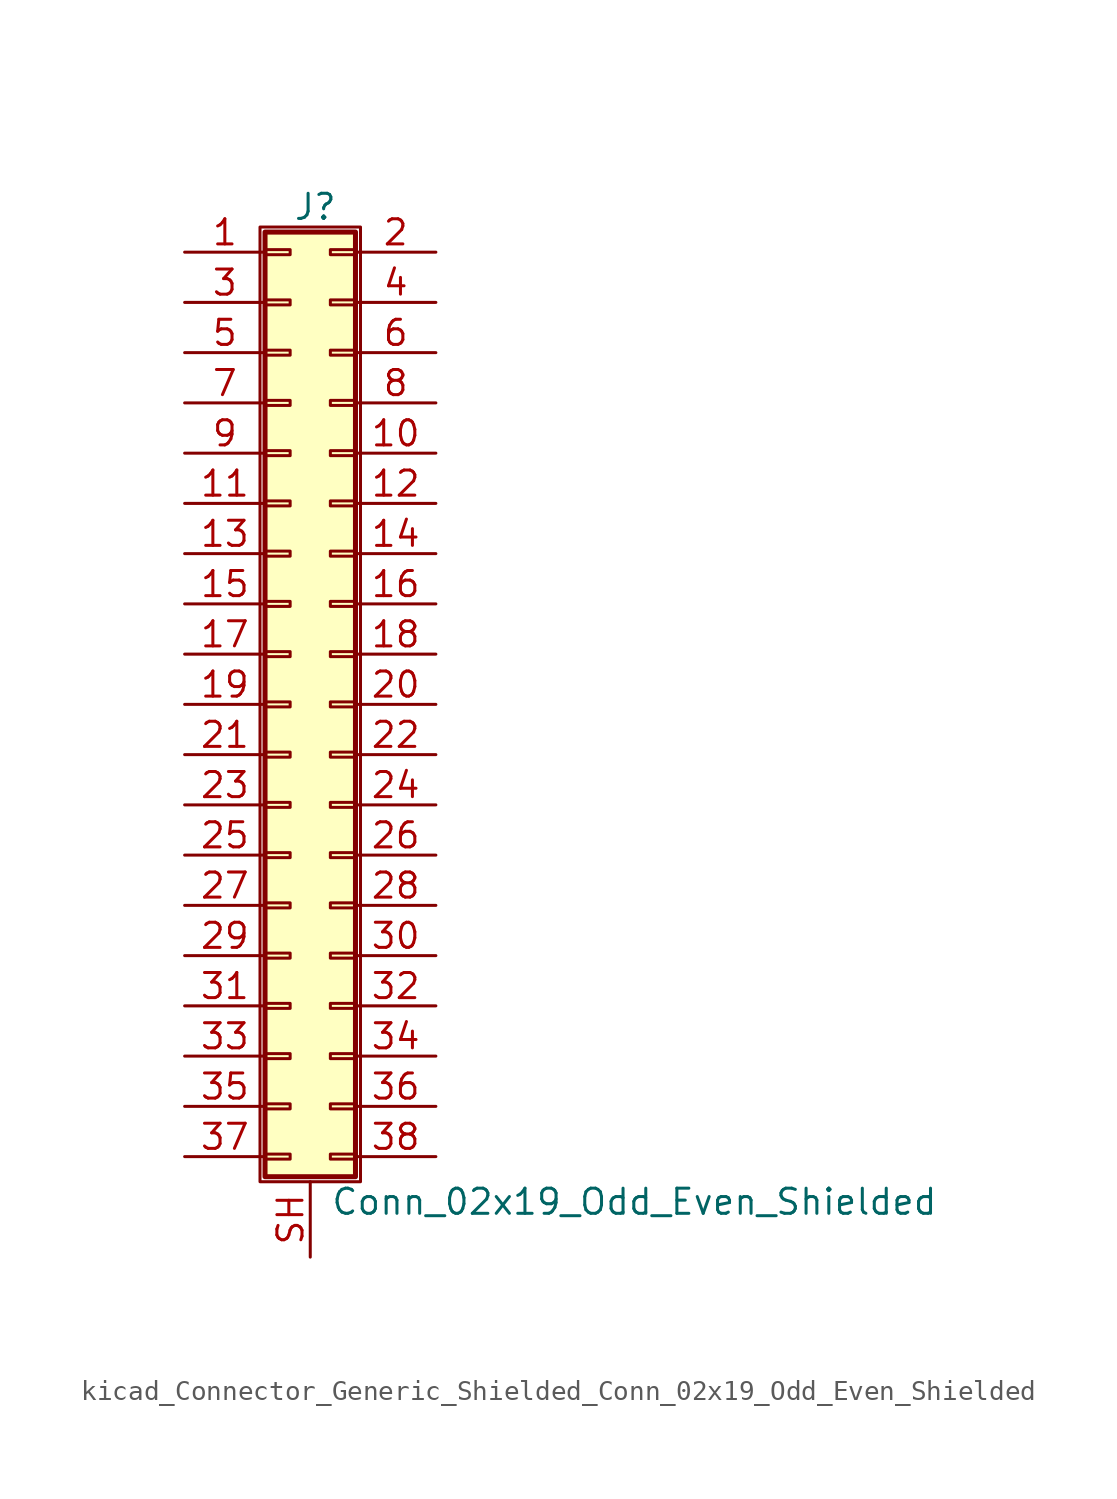
<source format=kicad_sym>
(kicad_symbol_lib
  (version 20220914)
  (generator kicad_symbol_editor)
  (symbol "kicad_Connector_Generic_Shielded_Conn_02x19_Odd_Even_Shielded"
    (pin_names
      (offset 1.016) hide)
    (property "Reference" "J"
      (at 1.524 25.146 0)
      (effects (font (size 1.27 1.27))))
    (property "Value" "Conn_02x19_Odd_Even_Shielded"
      (at 2.286 -25.146 0)
      (effects (font (size 1.27 1.27)) (justify left)))
    (symbol "kicad_Connector_Generic_Shielded_Conn_02x19_Odd_Even_Shielded_1_1"
      (rectangle (start -1.27 24.13) (end 3.81 -24.13) (stroke (width 0.152) (type default)) (fill (type none)))
      (rectangle (start -1.016 -22.733) (end 0.254 -22.987) (stroke (width 0.152) (type default)) (fill (type none)))
      (rectangle (start -1.016 -20.193) (end 0.254 -20.447) (stroke (width 0.152) (type default)) (fill (type none)))
      (rectangle (start -1.016 -17.653) (end 0.254 -17.907) (stroke (width 0.152) (type default)) (fill (type none)))
      (rectangle (start -1.016 -15.113) (end 0.254 -15.367) (stroke (width 0.152) (type default)) (fill (type none)))
      (rectangle (start -1.016 -12.573) (end 0.254 -12.827) (stroke (width 0.152) (type default)) (fill (type none)))
      (rectangle (start -1.016 -10.033) (end 0.254 -10.287) (stroke (width 0.152) (type default)) (fill (type none)))
      (rectangle (start -1.016 -7.493) (end 0.254 -7.747) (stroke (width 0.152) (type default)) (fill (type none)))
      (rectangle (start -1.016 -4.953) (end 0.254 -5.207) (stroke (width 0.152) (type default)) (fill (type none)))
      (rectangle (start -1.016 -2.413) (end 0.254 -2.667) (stroke (width 0.152) (type default)) (fill (type none)))
      (rectangle (start -1.016 0.127) (end 0.254 -0.127) (stroke (width 0.152) (type default)) (fill (type none)))
      (rectangle (start -1.016 2.667) (end 0.254 2.413) (stroke (width 0.152) (type default)) (fill (type none)))
      (rectangle (start -1.016 5.207) (end 0.254 4.953) (stroke (width 0.152) (type default)) (fill (type none)))
      (rectangle (start -1.016 7.747) (end 0.254 7.493) (stroke (width 0.152) (type default)) (fill (type none)))
      (rectangle (start -1.016 10.287) (end 0.254 10.033) (stroke (width 0.152) (type default)) (fill (type none)))
      (rectangle (start -1.016 12.827) (end 0.254 12.573) (stroke (width 0.152) (type default)) (fill (type none)))
      (rectangle (start -1.016 15.367) (end 0.254 15.113) (stroke (width 0.152) (type default)) (fill (type none)))
      (rectangle (start -1.016 17.907) (end 0.254 17.653) (stroke (width 0.152) (type default)) (fill (type none)))
      (rectangle (start -1.016 20.447) (end 0.254 20.193) (stroke (width 0.152) (type default)) (fill (type none)))
      (rectangle (start -1.016 22.987) (end 0.254 22.733) (stroke (width 0.152) (type default)) (fill (type none)))
      (rectangle (start -1.016 23.876) (end 3.556 -23.876) (stroke (width 0.254) (type default)) (fill (type background)))
      (rectangle (start 3.556 -22.733) (end 2.286 -22.987) (stroke (width 0.152) (type default)) (fill (type none)))
      (rectangle (start 3.556 -20.193) (end 2.286 -20.447) (stroke (width 0.152) (type default)) (fill (type none)))
      (rectangle (start 3.556 -17.653) (end 2.286 -17.907) (stroke (width 0.152) (type default)) (fill (type none)))
      (rectangle (start 3.556 -15.113) (end 2.286 -15.367) (stroke (width 0.152) (type default)) (fill (type none)))
      (rectangle (start 3.556 -12.573) (end 2.286 -12.827) (stroke (width 0.152) (type default)) (fill (type none)))
      (rectangle (start 3.556 -10.033) (end 2.286 -10.287) (stroke (width 0.152) (type default)) (fill (type none)))
      (rectangle (start 3.556 -7.493) (end 2.286 -7.747) (stroke (width 0.152) (type default)) (fill (type none)))
      (rectangle (start 3.556 -4.953) (end 2.286 -5.207) (stroke (width 0.152) (type default)) (fill (type none)))
      (rectangle (start 3.556 -2.413) (end 2.286 -2.667) (stroke (width 0.152) (type default)) (fill (type none)))
      (rectangle (start 3.556 0.127) (end 2.286 -0.127) (stroke (width 0.152) (type default)) (fill (type none)))
      (rectangle (start 3.556 2.667) (end 2.286 2.413) (stroke (width 0.152) (type default)) (fill (type none)))
      (rectangle (start 3.556 5.207) (end 2.286 4.953) (stroke (width 0.152) (type default)) (fill (type none)))
      (rectangle (start 3.556 7.747) (end 2.286 7.493) (stroke (width 0.152) (type default)) (fill (type none)))
      (rectangle (start 3.556 10.287) (end 2.286 10.033) (stroke (width 0.152) (type default)) (fill (type none)))
      (rectangle (start 3.556 12.827) (end 2.286 12.573) (stroke (width 0.152) (type default)) (fill (type none)))
      (rectangle (start 3.556 15.367) (end 2.286 15.113) (stroke (width 0.152) (type default)) (fill (type none)))
      (rectangle (start 3.556 17.907) (end 2.286 17.653) (stroke (width 0.152) (type default)) (fill (type none)))
      (rectangle (start 3.556 20.447) (end 2.286 20.193) (stroke (width 0.152) (type default)) (fill (type none)))
      (rectangle (start 3.556 22.987) (end 2.286 22.733) (stroke (width 0.152) (type default)) (fill (type none)))
      (pin passive line (at -5.08 22.86 0) (length 4.064) (name "Pin_1" (effects (font (size 1.27 1.27)))) (number "1" (effects (font (size 1.27 1.27)))))
      (pin passive line (at 7.62 12.7 180) (length 4.064) (name "Pin_10" (effects (font (size 1.27 1.27)))) (number "10" (effects (font (size 1.27 1.27)))))
      (pin passive line (at -5.08 10.16 0) (length 4.064) (name "Pin_11" (effects (font (size 1.27 1.27)))) (number "11" (effects (font (size 1.27 1.27)))))
      (pin passive line (at 7.62 10.16 180) (length 4.064) (name "Pin_12" (effects (font (size 1.27 1.27)))) (number "12" (effects (font (size 1.27 1.27)))))
      (pin passive line (at -5.08 7.62 0) (length 4.064) (name "Pin_13" (effects (font (size 1.27 1.27)))) (number "13" (effects (font (size 1.27 1.27)))))
      (pin passive line (at 7.62 7.62 180) (length 4.064) (name "Pin_14" (effects (font (size 1.27 1.27)))) (number "14" (effects (font (size 1.27 1.27)))))
      (pin passive line (at -5.08 5.08 0) (length 4.064) (name "Pin_15" (effects (font (size 1.27 1.27)))) (number "15" (effects (font (size 1.27 1.27)))))
      (pin passive line (at 7.62 5.08 180) (length 4.064) (name "Pin_16" (effects (font (size 1.27 1.27)))) (number "16" (effects (font (size 1.27 1.27)))))
      (pin passive line (at -5.08 2.54 0) (length 4.064) (name "Pin_17" (effects (font (size 1.27 1.27)))) (number "17" (effects (font (size 1.27 1.27)))))
      (pin passive line (at 7.62 2.54 180) (length 4.064) (name "Pin_18" (effects (font (size 1.27 1.27)))) (number "18" (effects (font (size 1.27 1.27)))))
      (pin passive line (at -5.08 0 0) (length 4.064) (name "Pin_19" (effects (font (size 1.27 1.27)))) (number "19" (effects (font (size 1.27 1.27)))))
      (pin passive line (at 7.62 22.86 180) (length 4.064) (name "Pin_2" (effects (font (size 1.27 1.27)))) (number "2" (effects (font (size 1.27 1.27)))))
      (pin passive line (at 7.62 0 180) (length 4.064) (name "Pin_20" (effects (font (size 1.27 1.27)))) (number "20" (effects (font (size 1.27 1.27)))))
      (pin passive line (at -5.08 -2.54 0) (length 4.064) (name "Pin_21" (effects (font (size 1.27 1.27)))) (number "21" (effects (font (size 1.27 1.27)))))
      (pin passive line (at 7.62 -2.54 180) (length 4.064) (name "Pin_22" (effects (font (size 1.27 1.27)))) (number "22" (effects (font (size 1.27 1.27)))))
      (pin passive line (at -5.08 -5.08 0) (length 4.064) (name "Pin_23" (effects (font (size 1.27 1.27)))) (number "23" (effects (font (size 1.27 1.27)))))
      (pin passive line (at 7.62 -5.08 180) (length 4.064) (name "Pin_24" (effects (font (size 1.27 1.27)))) (number "24" (effects (font (size 1.27 1.27)))))
      (pin passive line (at -5.08 -7.62 0) (length 4.064) (name "Pin_25" (effects (font (size 1.27 1.27)))) (number "25" (effects (font (size 1.27 1.27)))))
      (pin passive line (at 7.62 -7.62 180) (length 4.064) (name "Pin_26" (effects (font (size 1.27 1.27)))) (number "26" (effects (font (size 1.27 1.27)))))
      (pin passive line (at -5.08 -10.16 0) (length 4.064) (name "Pin_27" (effects (font (size 1.27 1.27)))) (number "27" (effects (font (size 1.27 1.27)))))
      (pin passive line (at 7.62 -10.16 180) (length 4.064) (name "Pin_28" (effects (font (size 1.27 1.27)))) (number "28" (effects (font (size 1.27 1.27)))))
      (pin passive line (at -5.08 -12.7 0) (length 4.064) (name "Pin_29" (effects (font (size 1.27 1.27)))) (number "29" (effects (font (size 1.27 1.27)))))
      (pin passive line (at -5.08 20.32 0) (length 4.064) (name "Pin_3" (effects (font (size 1.27 1.27)))) (number "3" (effects (font (size 1.27 1.27)))))
      (pin passive line (at 7.62 -12.7 180) (length 4.064) (name "Pin_30" (effects (font (size 1.27 1.27)))) (number "30" (effects (font (size 1.27 1.27)))))
      (pin passive line (at -5.08 -15.24 0) (length 4.064) (name "Pin_31" (effects (font (size 1.27 1.27)))) (number "31" (effects (font (size 1.27 1.27)))))
      (pin passive line (at 7.62 -15.24 180) (length 4.064) (name "Pin_32" (effects (font (size 1.27 1.27)))) (number "32" (effects (font (size 1.27 1.27)))))
      (pin passive line (at -5.08 -17.78 0) (length 4.064) (name "Pin_33" (effects (font (size 1.27 1.27)))) (number "33" (effects (font (size 1.27 1.27)))))
      (pin passive line (at 7.62 -17.78 180) (length 4.064) (name "Pin_34" (effects (font (size 1.27 1.27)))) (number "34" (effects (font (size 1.27 1.27)))))
      (pin passive line (at -5.08 -20.32 0) (length 4.064) (name "Pin_35" (effects (font (size 1.27 1.27)))) (number "35" (effects (font (size 1.27 1.27)))))
      (pin passive line (at 7.62 -20.32 180) (length 4.064) (name "Pin_36" (effects (font (size 1.27 1.27)))) (number "36" (effects (font (size 1.27 1.27)))))
      (pin passive line (at -5.08 -22.86 0) (length 4.064) (name "Pin_37" (effects (font (size 1.27 1.27)))) (number "37" (effects (font (size 1.27 1.27)))))
      (pin passive line (at 7.62 -22.86 180) (length 4.064) (name "Pin_38" (effects (font (size 1.27 1.27)))) (number "38" (effects (font (size 1.27 1.27)))))
      (pin passive line (at 7.62 20.32 180) (length 4.064) (name "Pin_4" (effects (font (size 1.27 1.27)))) (number "4" (effects (font (size 1.27 1.27)))))
      (pin passive line (at -5.08 17.78 0) (length 4.064) (name "Pin_5" (effects (font (size 1.27 1.27)))) (number "5" (effects (font (size 1.27 1.27)))))
      (pin passive line (at 7.62 17.78 180) (length 4.064) (name "Pin_6" (effects (font (size 1.27 1.27)))) (number "6" (effects (font (size 1.27 1.27)))))
      (pin passive line (at -5.08 15.24 0) (length 4.064) (name "Pin_7" (effects (font (size 1.27 1.27)))) (number "7" (effects (font (size 1.27 1.27)))))
      (pin passive line (at 7.62 15.24 180) (length 4.064) (name "Pin_8" (effects (font (size 1.27 1.27)))) (number "8" (effects (font (size 1.27 1.27)))))
      (pin passive line (at -5.08 12.7 0) (length 4.064) (name "Pin_9" (effects (font (size 1.27 1.27)))) (number "9" (effects (font (size 1.27 1.27)))))
      (pin passive line (at 1.27 -27.94 90) (length 3.81) (name "Shield" (effects (font (size 1.27 1.27)))) (number "SH" (effects (font (size 1.27 1.27))))))))
</source>
